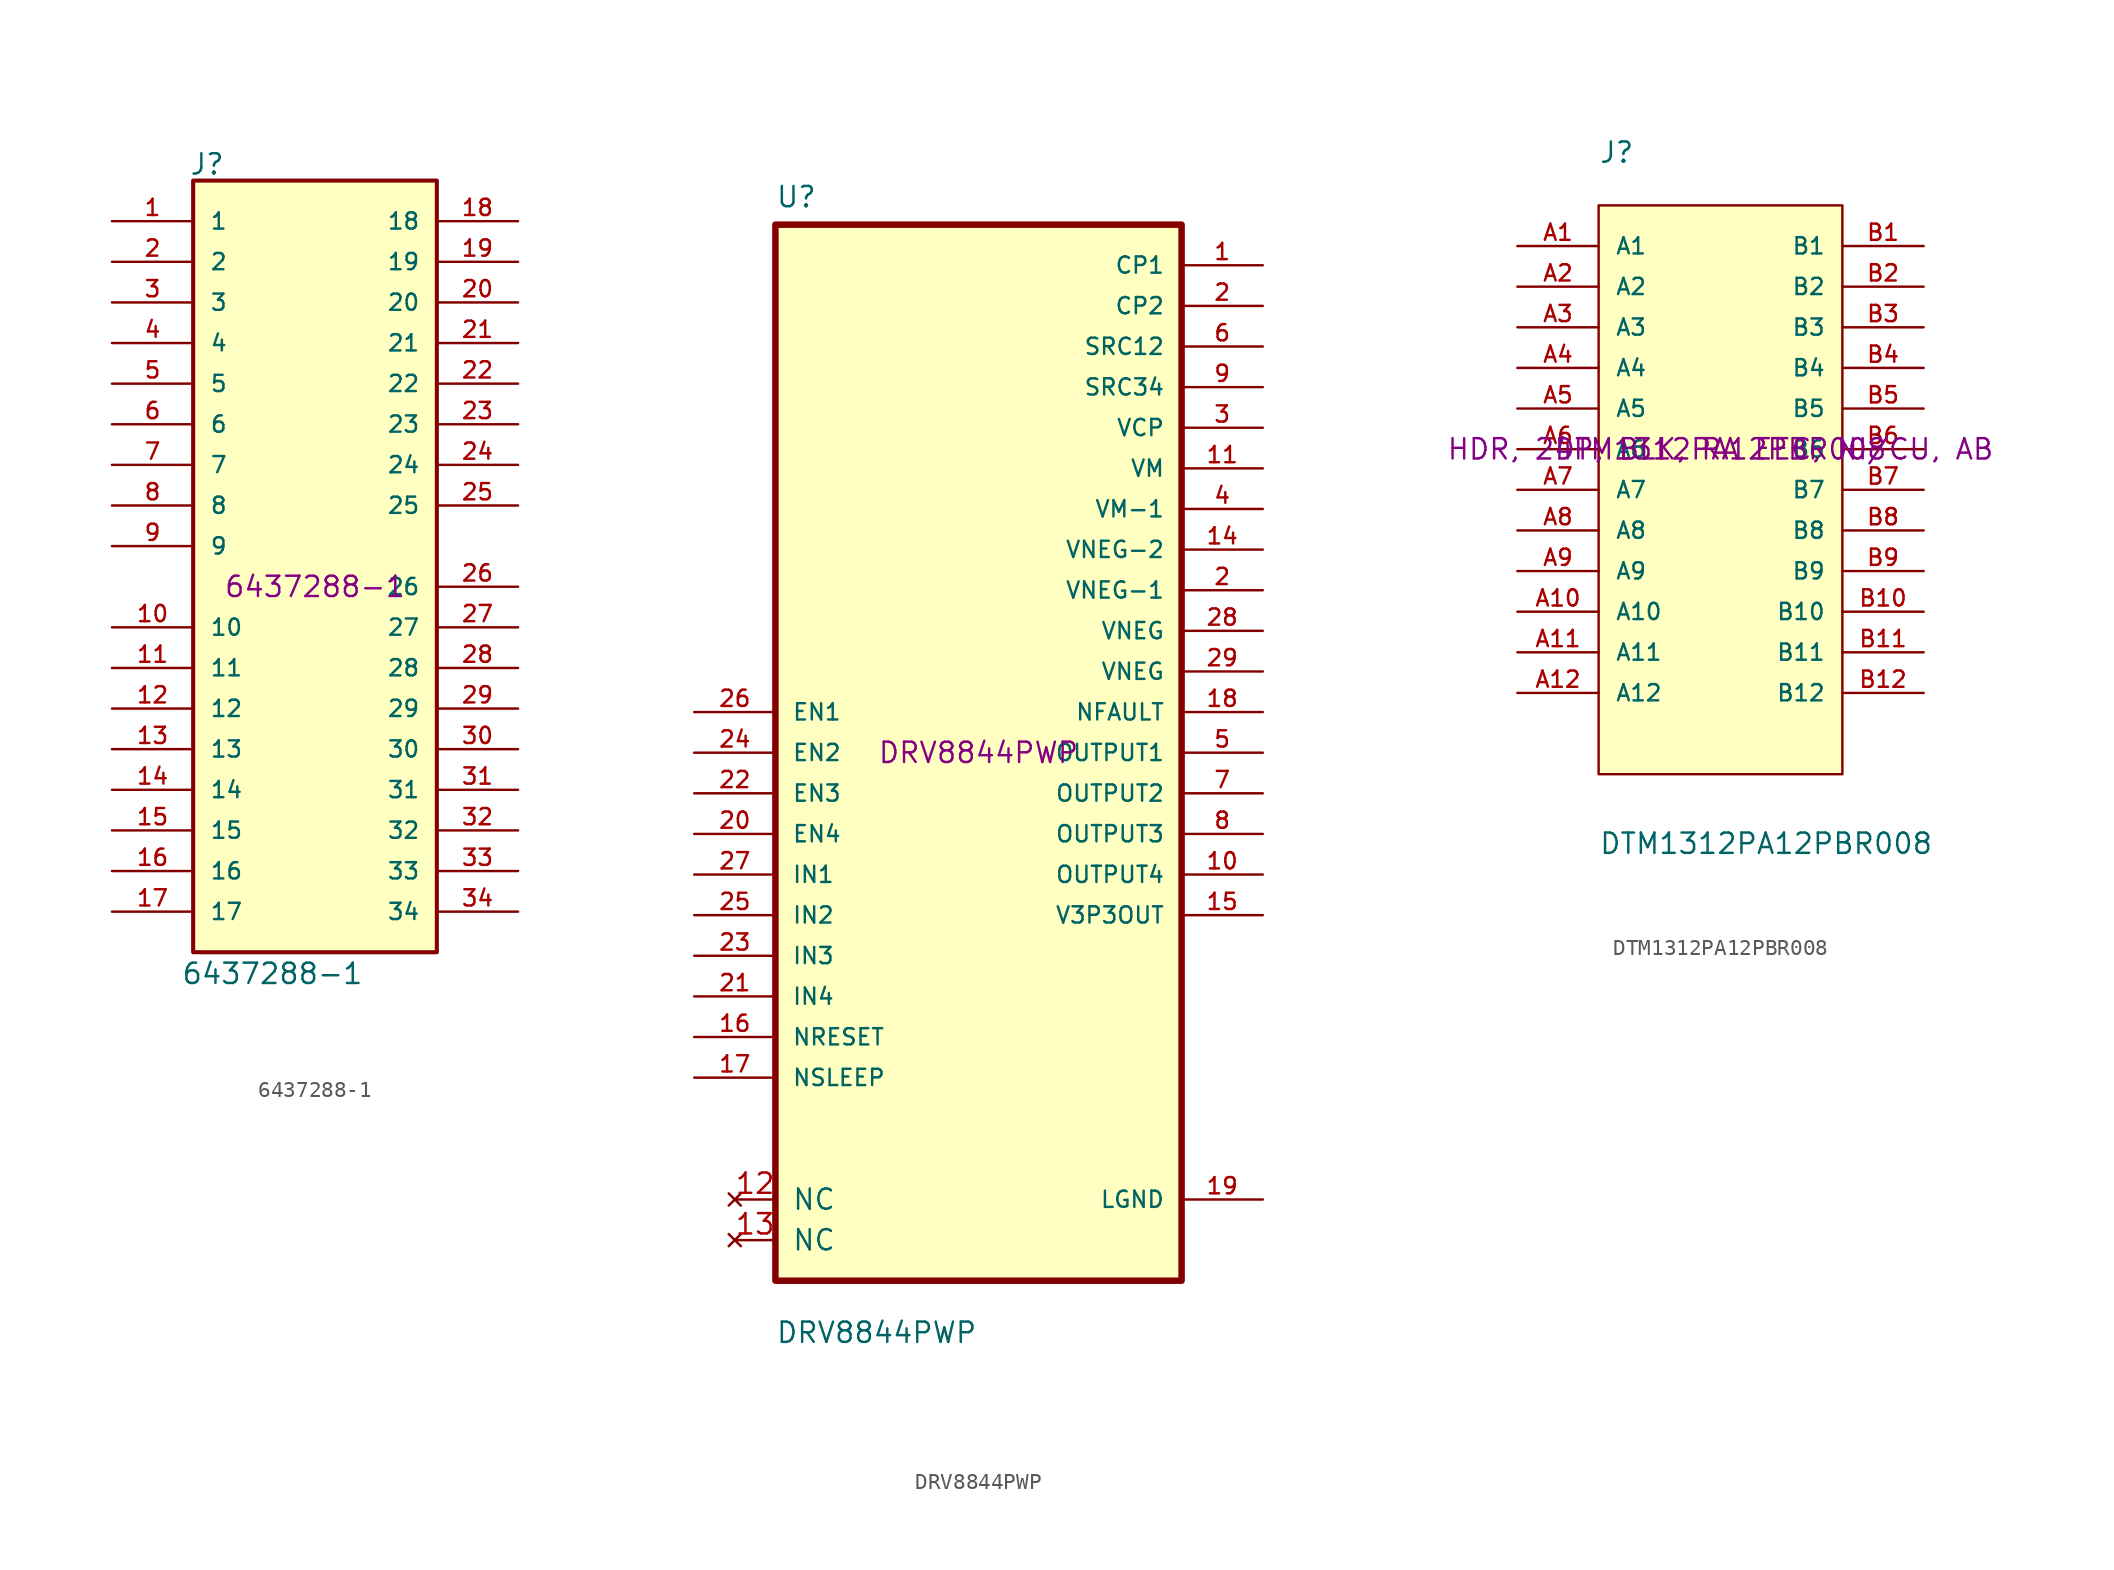
<source format=kicad_sym>
(kicad_symbol_lib
  (version 20211014)
  (generator kicad_symbol_editor)
  (symbol "6437288-1"
    (pin_names
      (offset 1.016))
    (property "Reference" "J"
      (at -7.874 25.679 0)
      (effects (font (size 1.27 1.27)) (justify left bottom)))
    (property "Value" "6437288-1"
      (at -8.382 -24.943 0)
      (effects (font (size 1.27 1.27)) (justify left bottom)))
    (property "MPN" "6437288-1"
      (at 0 0 0)
      (effects (font (size 1.27 1.27))))
    (symbol "6437288-1_0_0"
      (rectangle (start -7.62 -22.86) (end 7.62 25.4) (stroke (width 0.254) (type default) (color 0 0 0 0)) (fill (type background)))
      (pin passive line (at -12.7 22.86 0) (length 5.08) (name "1" (effects (font (size 1.016 1.016)))) (number "1" (effects (font (size 1.016 1.016)))))
      (pin passive line (at -12.7 -2.54 0) (length 5.08) (name "10" (effects (font (size 1.016 1.016)))) (number "10" (effects (font (size 1.016 1.016)))))
      (pin passive line (at -12.7 -5.08 0) (length 5.08) (name "11" (effects (font (size 1.016 1.016)))) (number "11" (effects (font (size 1.016 1.016)))))
      (pin passive line (at -12.7 -7.62 0) (length 5.08) (name "12" (effects (font (size 1.016 1.016)))) (number "12" (effects (font (size 1.016 1.016)))))
      (pin passive line (at -12.7 -10.16 0) (length 5.08) (name "13" (effects (font (size 1.016 1.016)))) (number "13" (effects (font (size 1.016 1.016)))))
      (pin passive line (at -12.7 -12.7 0) (length 5.08) (name "14" (effects (font (size 1.016 1.016)))) (number "14" (effects (font (size 1.016 1.016)))))
      (pin passive line (at -12.7 -15.24 0) (length 5.08) (name "15" (effects (font (size 1.016 1.016)))) (number "15" (effects (font (size 1.016 1.016)))))
      (pin passive line (at -12.7 -17.78 0) (length 5.08) (name "16" (effects (font (size 1.016 1.016)))) (number "16" (effects (font (size 1.016 1.016)))))
      (pin passive line (at -12.7 -20.32 0) (length 5.08) (name "17" (effects (font (size 1.016 1.016)))) (number "17" (effects (font (size 1.016 1.016)))))
      (pin passive line (at 12.7 22.86 180) (length 5.08) (name "18" (effects (font (size 1.016 1.016)))) (number "18" (effects (font (size 1.016 1.016)))))
      (pin passive line (at 12.7 20.32 180) (length 5.08) (name "19" (effects (font (size 1.016 1.016)))) (number "19" (effects (font (size 1.016 1.016)))))
      (pin passive line (at -12.7 20.32 0) (length 5.08) (name "2" (effects (font (size 1.016 1.016)))) (number "2" (effects (font (size 1.016 1.016)))))
      (pin passive line (at 12.7 17.78 180) (length 5.08) (name "20" (effects (font (size 1.016 1.016)))) (number "20" (effects (font (size 1.016 1.016)))))
      (pin passive line (at 12.7 15.24 180) (length 5.08) (name "21" (effects (font (size 1.016 1.016)))) (number "21" (effects (font (size 1.016 1.016)))))
      (pin passive line (at 12.7 12.7 180) (length 5.08) (name "22" (effects (font (size 1.016 1.016)))) (number "22" (effects (font (size 1.016 1.016)))))
      (pin passive line (at 12.7 10.16 180) (length 5.08) (name "23" (effects (font (size 1.016 1.016)))) (number "23" (effects (font (size 1.016 1.016)))))
      (pin passive line (at 12.7 7.62 180) (length 5.08) (name "24" (effects (font (size 1.016 1.016)))) (number "24" (effects (font (size 1.016 1.016)))))
      (pin passive line (at 12.7 5.08 180) (length 5.08) (name "25" (effects (font (size 1.016 1.016)))) (number "25" (effects (font (size 1.016 1.016)))))
      (pin passive line (at 12.7 0 180) (length 5.08) (name "26" (effects (font (size 1.016 1.016)))) (number "26" (effects (font (size 1.016 1.016)))))
      (pin passive line (at 12.7 -2.54 180) (length 5.08) (name "27" (effects (font (size 1.016 1.016)))) (number "27" (effects (font (size 1.016 1.016)))))
      (pin passive line (at 12.7 -5.08 180) (length 5.08) (name "28" (effects (font (size 1.016 1.016)))) (number "28" (effects (font (size 1.016 1.016)))))
      (pin passive line (at 12.7 -7.62 180) (length 5.08) (name "29" (effects (font (size 1.016 1.016)))) (number "29" (effects (font (size 1.016 1.016)))))
      (pin passive line (at -12.7 17.78 0) (length 5.08) (name "3" (effects (font (size 1.016 1.016)))) (number "3" (effects (font (size 1.016 1.016)))))
      (pin passive line (at 12.7 -10.16 180) (length 5.08) (name "30" (effects (font (size 1.016 1.016)))) (number "30" (effects (font (size 1.016 1.016)))))
      (pin passive line (at 12.7 -12.7 180) (length 5.08) (name "31" (effects (font (size 1.016 1.016)))) (number "31" (effects (font (size 1.016 1.016)))))
      (pin passive line (at 12.7 -15.24 180) (length 5.08) (name "32" (effects (font (size 1.016 1.016)))) (number "32" (effects (font (size 1.016 1.016)))))
      (pin passive line (at 12.7 -17.78 180) (length 5.08) (name "33" (effects (font (size 1.016 1.016)))) (number "33" (effects (font (size 1.016 1.016)))))
      (pin passive line (at 12.7 -20.32 180) (length 5.08) (name "34" (effects (font (size 1.016 1.016)))) (number "34" (effects (font (size 1.016 1.016)))))
      (pin passive line (at -12.7 15.24 0) (length 5.08) (name "4" (effects (font (size 1.016 1.016)))) (number "4" (effects (font (size 1.016 1.016)))))
      (pin passive line (at -12.7 12.7 0) (length 5.08) (name "5" (effects (font (size 1.016 1.016)))) (number "5" (effects (font (size 1.016 1.016)))))
      (pin passive line (at -12.7 10.16 0) (length 5.08) (name "6" (effects (font (size 1.016 1.016)))) (number "6" (effects (font (size 1.016 1.016)))))
      (pin passive line (at -12.7 7.62 0) (length 5.08) (name "7" (effects (font (size 1.016 1.016)))) (number "7" (effects (font (size 1.016 1.016)))))
      (pin passive line (at -12.7 5.08 0) (length 5.08) (name "8" (effects (font (size 1.016 1.016)))) (number "8" (effects (font (size 1.016 1.016)))))
      (pin passive line (at -12.7 2.54 0) (length 5.08) (name "9" (effects (font (size 1.016 1.016)))) (number "9" (effects (font (size 1.016 1.016)))))))
  (symbol "DRV8844PWP"
    (pin_names
      (offset 1.016))
    (property "Reference" "U"
      (at -12.7 34.011 0)
      (effects (font (size 1.27 1.27)) (justify left bottom)))
    (property "Value" "DRV8844PWP"
      (at -12.7 -37.008 0)
      (effects (font (size 1.27 1.27)) (justify left bottom)))
    (property "MPN" "DRV8844PWP"
      (at 0 0 0)
      (effects (font (size 1.27 1.27))))
    (symbol "DRV8844PWP_0_0"
      (rectangle (start -12.7 -33.02) (end 12.7 33.02) (stroke (width 0.406) (type default) (color 0 0 0 0)) (fill (type background)))
      (pin power_in line (at 17.78 30.48 180) (length 5.08) (name "CP1" (effects (font (size 1.016 1.016)))) (number "1" (effects (font (size 1.016 1.016)))))
      (pin output line (at 17.78 -7.62 180) (length 5.08) (name "OUTPUT4" (effects (font (size 1.016 1.016)))) (number "10" (effects (font (size 1.016 1.016)))))
      (pin power_in line (at 17.78 17.78 180) (length 5.08) (name "VM" (effects (font (size 1.016 1.016)))) (number "11" (effects (font (size 1.016 1.016)))))
      (pin power_in line (at 17.78 12.7 180) (length 5.08) (name "VNEG-2" (effects (font (size 1.016 1.016)))) (number "14" (effects (font (size 1.016 1.016)))))
      (pin output line (at 17.78 -10.16 180) (length 5.08) (name "V3P3OUT" (effects (font (size 1.016 1.016)))) (number "15" (effects (font (size 1.016 1.016)))))
      (pin input line (at -17.78 -17.78 0) (length 5.08) (name "NRESET" (effects (font (size 1.016 1.016)))) (number "16" (effects (font (size 1.016 1.016)))))
      (pin input line (at -17.78 -20.32 0) (length 5.08) (name "NSLEEP" (effects (font (size 1.016 1.016)))) (number "17" (effects (font (size 1.016 1.016)))))
      (pin output line (at 17.78 2.54 180) (length 5.08) (name "NFAULT" (effects (font (size 1.016 1.016)))) (number "18" (effects (font (size 1.016 1.016)))))
      (pin power_in line (at 17.78 -27.94 180) (length 5.08) (name "LGND" (effects (font (size 1.016 1.016)))) (number "19" (effects (font (size 1.016 1.016)))))
      (pin power_in line (at 17.78 27.94 180) (length 5.08) (name "CP2" (effects (font (size 1.016 1.016)))) (number "2" (effects (font (size 1.016 1.016)))))
      (pin power_in line (at 17.78 10.16 180) (length 5.08) (name "VNEG-1" (effects (font (size 1.016 1.016)))) (number "2" (effects (font (size 1.016 1.016)))))
      (pin input line (at -17.78 -5.08 0) (length 5.08) (name "EN4" (effects (font (size 1.016 1.016)))) (number "20" (effects (font (size 1.016 1.016)))))
      (pin input line (at -17.78 -15.24 0) (length 5.08) (name "IN4" (effects (font (size 1.016 1.016)))) (number "21" (effects (font (size 1.016 1.016)))))
      (pin input line (at -17.78 -2.54 0) (length 5.08) (name "EN3" (effects (font (size 1.016 1.016)))) (number "22" (effects (font (size 1.016 1.016)))))
      (pin input line (at -17.78 -12.7 0) (length 5.08) (name "IN3" (effects (font (size 1.016 1.016)))) (number "23" (effects (font (size 1.016 1.016)))))
      (pin input line (at -17.78 0 0) (length 5.08) (name "EN2" (effects (font (size 1.016 1.016)))) (number "24" (effects (font (size 1.016 1.016)))))
      (pin input line (at -17.78 -10.16 0) (length 5.08) (name "IN2" (effects (font (size 1.016 1.016)))) (number "25" (effects (font (size 1.016 1.016)))))
      (pin input line (at -17.78 2.54 0) (length 5.08) (name "EN1" (effects (font (size 1.016 1.016)))) (number "26" (effects (font (size 1.016 1.016)))))
      (pin input line (at -17.78 -7.62 0) (length 5.08) (name "IN1" (effects (font (size 1.016 1.016)))) (number "27" (effects (font (size 1.016 1.016)))))
      (pin power_in line (at 17.78 7.62 180) (length 5.08) (name "VNEG" (effects (font (size 1.016 1.016)))) (number "28" (effects (font (size 1.016 1.016)))))
      (pin power_in line (at 17.78 5.08 180) (length 5.08) (name "VNEG" (effects (font (size 1.016 1.016)))) (number "29" (effects (font (size 1.016 1.016)))))
      (pin power_in line (at 17.78 20.32 180) (length 5.08) (name "VCP" (effects (font (size 1.016 1.016)))) (number "3" (effects (font (size 1.016 1.016)))))
      (pin power_in line (at 17.78 15.24 180) (length 5.08) (name "VM-1" (effects (font (size 1.016 1.016)))) (number "4" (effects (font (size 1.016 1.016)))))
      (pin output line (at 17.78 0 180) (length 5.08) (name "OUTPUT1" (effects (font (size 1.016 1.016)))) (number "5" (effects (font (size 1.016 1.016)))))
      (pin power_in line (at 17.78 25.4 180) (length 5.08) (name "SRC12" (effects (font (size 1.016 1.016)))) (number "6" (effects (font (size 1.016 1.016)))))
      (pin output line (at 17.78 -2.54 180) (length 5.08) (name "OUTPUT2" (effects (font (size 1.016 1.016)))) (number "7" (effects (font (size 1.016 1.016)))))
      (pin output line (at 17.78 -5.08 180) (length 5.08) (name "OUTPUT3" (effects (font (size 1.016 1.016)))) (number "8" (effects (font (size 1.016 1.016)))))
      (pin power_in line (at 17.78 22.86 180) (length 5.08) (name "SRC34" (effects (font (size 1.016 1.016)))) (number "9" (effects (font (size 1.016 1.016))))))
    (symbol "DRV8844PWP_1_1"
      (pin no_connect line (at -15.24 -27.94 0) (length 2.54) (name "NC" (effects (font (size 1.27 1.27)))) (number "12" (effects (font (size 1.27 1.27)))))
      (pin no_connect line (at -15.24 -30.48 0) (length 2.54) (name "NC" (effects (font (size 1.27 1.27)))) (number "13" (effects (font (size 1.27 1.27)))))))
  (symbol "DTM1312PA12PBR008"
    (pin_names
      (offset 1.016))
    (property "Reference" "J"
      (at -7.62 17.805 0)
      (effects (font (size 1.27 1.27)) (justify left bottom)))
    (property "Value" "DTM1312PA12PBR008"
      (at -7.62 -25.4 0)
      (effects (font (size 1.27 1.27)) (justify left bottom)))
    (property "MPN" "DTM1312PA12PBR008"
      (at 0 0 0)
      (effects (font (size 1.27 1.27))))
    (property "Description" " HDR, 24P, BLK, RA EEC, NI/CU, AB"
      (at 0 0 0)
      (effects (font (size 1.27 1.27))))
    (symbol "DTM1312PA12PBR008_0_0"
      (rectangle (start -7.62 -20.32) (end 7.62 15.24) (stroke (width 0.152) (type default) (color 0 0 0 0)) (fill (type background)))
      (pin passive line (at -12.7 12.7 0) (length 5.08) (name "A1" (effects (font (size 1.016 1.016)))) (number "A1" (effects (font (size 1.016 1.016)))))
      (pin passive line (at -12.7 -10.16 0) (length 5.08) (name "A10" (effects (font (size 1.016 1.016)))) (number "A10" (effects (font (size 1.016 1.016)))))
      (pin passive line (at -12.7 -12.7 0) (length 5.08) (name "A11" (effects (font (size 1.016 1.016)))) (number "A11" (effects (font (size 1.016 1.016)))))
      (pin passive line (at -12.7 -15.24 0) (length 5.08) (name "A12" (effects (font (size 1.016 1.016)))) (number "A12" (effects (font (size 1.016 1.016)))))
      (pin passive line (at -12.7 10.16 0) (length 5.08) (name "A2" (effects (font (size 1.016 1.016)))) (number "A2" (effects (font (size 1.016 1.016)))))
      (pin passive line (at -12.7 7.62 0) (length 5.08) (name "A3" (effects (font (size 1.016 1.016)))) (number "A3" (effects (font (size 1.016 1.016)))))
      (pin passive line (at -12.7 5.08 0) (length 5.08) (name "A4" (effects (font (size 1.016 1.016)))) (number "A4" (effects (font (size 1.016 1.016)))))
      (pin passive line (at -12.7 2.54 0) (length 5.08) (name "A5" (effects (font (size 1.016 1.016)))) (number "A5" (effects (font (size 1.016 1.016)))))
      (pin passive line (at -12.7 0 0) (length 5.08) (name "A6" (effects (font (size 1.016 1.016)))) (number "A6" (effects (font (size 1.016 1.016)))))
      (pin passive line (at -12.7 -2.54 0) (length 5.08) (name "A7" (effects (font (size 1.016 1.016)))) (number "A7" (effects (font (size 1.016 1.016)))))
      (pin passive line (at -12.7 -5.08 0) (length 5.08) (name "A8" (effects (font (size 1.016 1.016)))) (number "A8" (effects (font (size 1.016 1.016)))))
      (pin passive line (at -12.7 -7.62 0) (length 5.08) (name "A9" (effects (font (size 1.016 1.016)))) (number "A9" (effects (font (size 1.016 1.016)))))
      (pin passive line (at 12.7 12.7 180) (length 5.08) (name "B1" (effects (font (size 1.016 1.016)))) (number "B1" (effects (font (size 1.016 1.016)))))
      (pin passive line (at 12.7 -10.16 180) (length 5.08) (name "B10" (effects (font (size 1.016 1.016)))) (number "B10" (effects (font (size 1.016 1.016)))))
      (pin passive line (at 12.7 -12.7 180) (length 5.08) (name "B11" (effects (font (size 1.016 1.016)))) (number "B11" (effects (font (size 1.016 1.016)))))
      (pin passive line (at 12.7 -15.24 180) (length 5.08) (name "B12" (effects (font (size 1.016 1.016)))) (number "B12" (effects (font (size 1.016 1.016)))))
      (pin passive line (at 12.7 10.16 180) (length 5.08) (name "B2" (effects (font (size 1.016 1.016)))) (number "B2" (effects (font (size 1.016 1.016)))))
      (pin passive line (at 12.7 7.62 180) (length 5.08) (name "B3" (effects (font (size 1.016 1.016)))) (number "B3" (effects (font (size 1.016 1.016)))))
      (pin passive line (at 12.7 5.08 180) (length 5.08) (name "B4" (effects (font (size 1.016 1.016)))) (number "B4" (effects (font (size 1.016 1.016)))))
      (pin passive line (at 12.7 2.54 180) (length 5.08) (name "B5" (effects (font (size 1.016 1.016)))) (number "B5" (effects (font (size 1.016 1.016)))))
      (pin passive line (at 12.7 0 180) (length 5.08) (name "B6" (effects (font (size 1.016 1.016)))) (number "B6" (effects (font (size 1.016 1.016)))))
      (pin passive line (at 12.7 -2.54 180) (length 5.08) (name "B7" (effects (font (size 1.016 1.016)))) (number "B7" (effects (font (size 1.016 1.016)))))
      (pin passive line (at 12.7 -5.08 180) (length 5.08) (name "B8" (effects (font (size 1.016 1.016)))) (number "B8" (effects (font (size 1.016 1.016)))))
      (pin passive line (at 12.7 -7.62 180) (length 5.08) (name "B9" (effects (font (size 1.016 1.016)))) (number "B9" (effects (font (size 1.016 1.016))))))))
</source>
